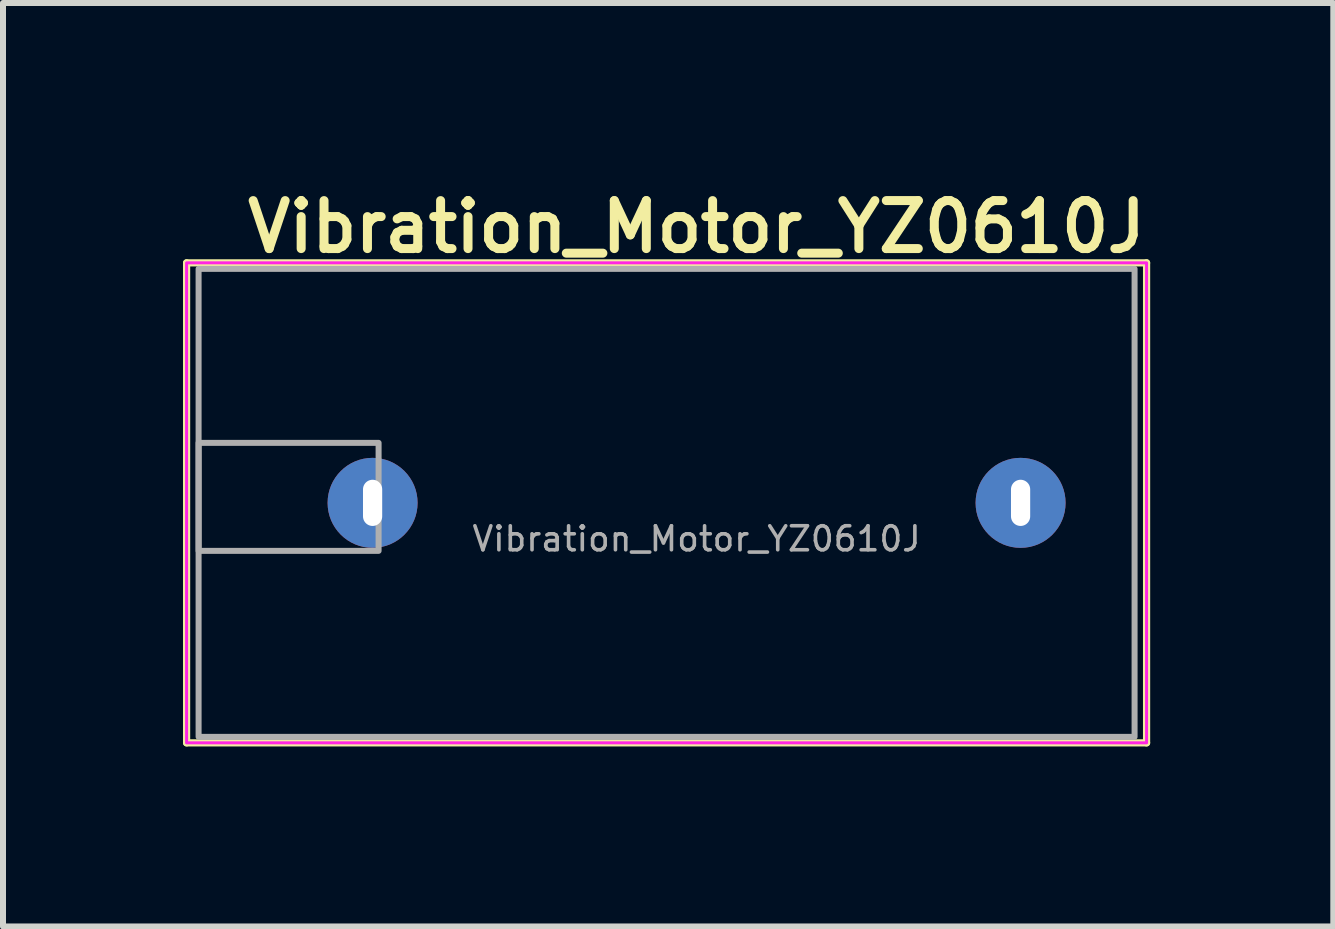
<source format=kicad_pcb>
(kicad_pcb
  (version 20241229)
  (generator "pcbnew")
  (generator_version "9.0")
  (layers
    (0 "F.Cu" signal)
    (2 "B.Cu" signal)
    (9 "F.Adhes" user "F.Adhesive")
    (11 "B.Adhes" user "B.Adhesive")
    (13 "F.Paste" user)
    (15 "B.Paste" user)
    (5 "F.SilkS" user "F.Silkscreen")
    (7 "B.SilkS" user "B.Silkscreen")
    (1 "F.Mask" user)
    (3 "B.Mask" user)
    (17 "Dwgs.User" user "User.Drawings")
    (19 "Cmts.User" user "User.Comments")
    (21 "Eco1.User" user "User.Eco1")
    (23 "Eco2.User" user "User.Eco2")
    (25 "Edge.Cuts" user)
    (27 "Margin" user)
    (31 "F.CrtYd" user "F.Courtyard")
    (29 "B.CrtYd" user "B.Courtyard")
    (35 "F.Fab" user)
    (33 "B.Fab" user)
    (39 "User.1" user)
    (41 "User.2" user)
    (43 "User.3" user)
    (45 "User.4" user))
  (footprint "Vibration_Motor_YZ0610J"
    (layer "F.Cu")
    (at 8.56 5.331)
    (property "Reference" "Vibration_Motor_YZ0610J" (at 0 -4.6 0) (unlocked yes) (layer "F.SilkS") (effects (font (size 0.8 0.8) (thickness 0.15))))
    (attr through_hole)
    (fp_line (start -8.5 4) (end -8.5 -4) (stroke (width 0.12) (type default)) (layer "F.SilkS"))
    (fp_line (start 7.5 -4) (end -8.5 -4) (stroke (width 0.12) (type default)) (layer "F.SilkS"))
    (fp_line (start 7.5 4) (end -8.5 4) (stroke (width 0.12) (type default)) (layer "F.SilkS"))
    (fp_line (start 7.5 4) (end 7.5 -4) (stroke (width 0.12) (type default)) (layer "F.SilkS"))
    (fp_rect (start -8.5 -4) (end 7.5 4) (stroke (width 0.05) (type default)) (fill no) (layer "F.CrtYd"))
    (fp_rect (start -8.3 -3.9) (end 7.3 3.9) (stroke (width 0.1) (type default)) (fill no) (layer "F.Fab"))
    (fp_rect (start -8.3 -1) (end -5.3 0.8) (stroke (width 0.1) (type default)) (fill no) (layer "F.Fab"))
    (fp_text user "${REFERENCE}" (at 0 0.6 0) (unlocked yes) (layer "F.Fab") (effects (font (size 0.4 0.4) (thickness 0.06))))
    (pad "1" thru_hole circle (at -5.4 0 90) (size 1.5 1.5) (drill oval 0.77 0.32) (layers "*.Cu" "*.Mask"))
    (pad "2" thru_hole circle (at 5.4 0 90) (size 1.5 1.5) (drill oval 0.77 0.32) (layers "*.Cu" "*.Mask")))
  (gr_rect
    (start -3 -3)
    (end 19.172 12.391)
    (stroke (width 0.1) (type default))
    (fill no)
    (layer "Edge.Cuts")))
</source>
